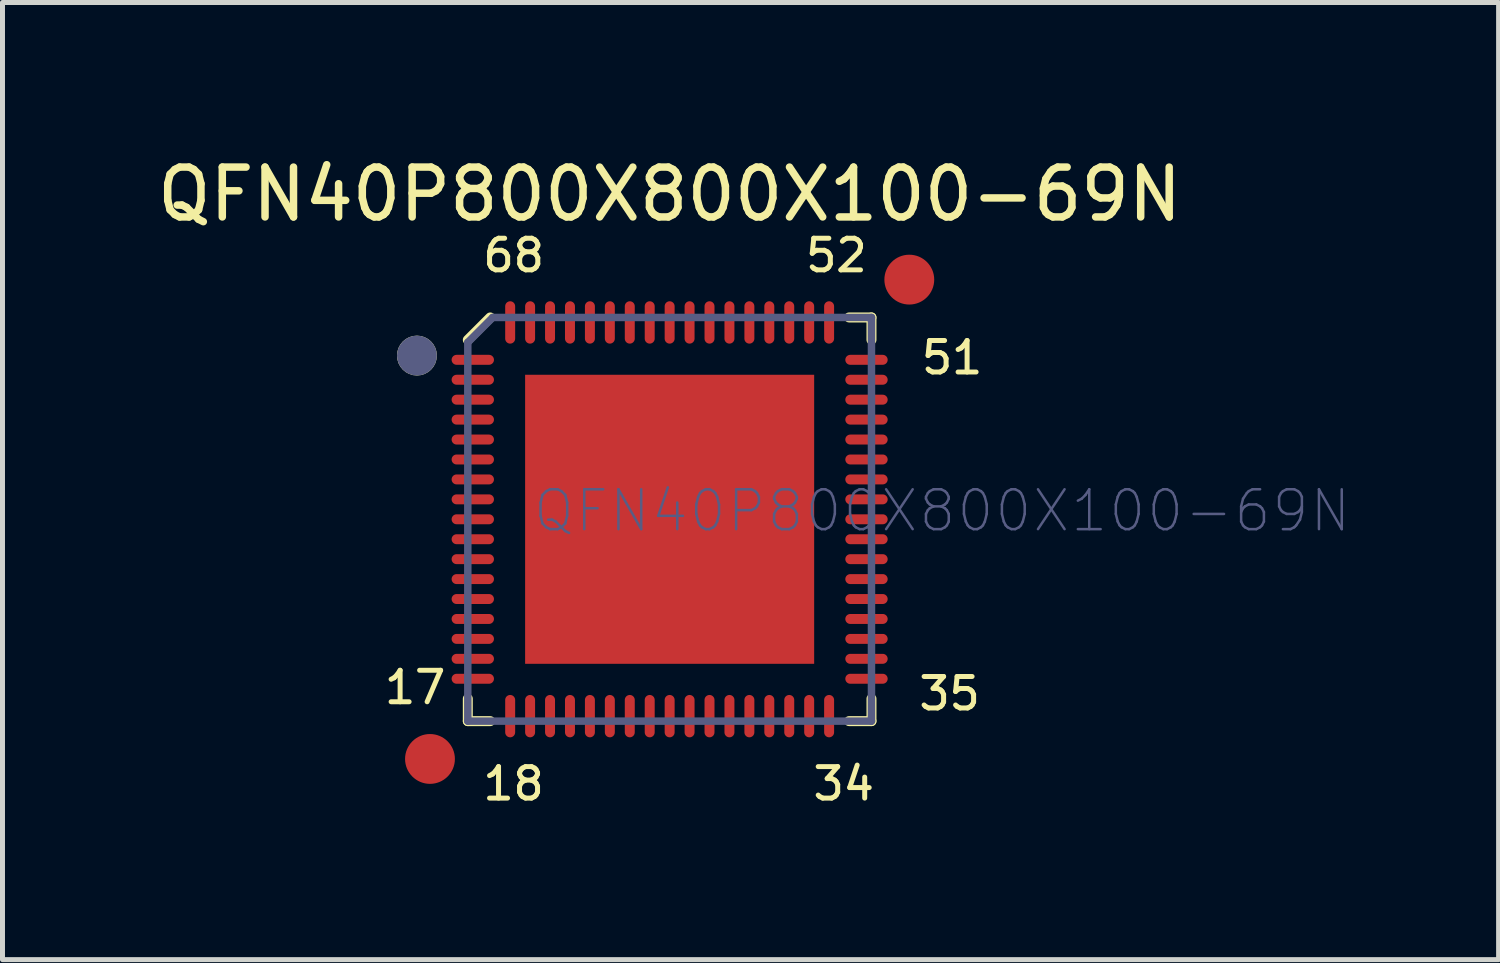
<source format=kicad_pcb>
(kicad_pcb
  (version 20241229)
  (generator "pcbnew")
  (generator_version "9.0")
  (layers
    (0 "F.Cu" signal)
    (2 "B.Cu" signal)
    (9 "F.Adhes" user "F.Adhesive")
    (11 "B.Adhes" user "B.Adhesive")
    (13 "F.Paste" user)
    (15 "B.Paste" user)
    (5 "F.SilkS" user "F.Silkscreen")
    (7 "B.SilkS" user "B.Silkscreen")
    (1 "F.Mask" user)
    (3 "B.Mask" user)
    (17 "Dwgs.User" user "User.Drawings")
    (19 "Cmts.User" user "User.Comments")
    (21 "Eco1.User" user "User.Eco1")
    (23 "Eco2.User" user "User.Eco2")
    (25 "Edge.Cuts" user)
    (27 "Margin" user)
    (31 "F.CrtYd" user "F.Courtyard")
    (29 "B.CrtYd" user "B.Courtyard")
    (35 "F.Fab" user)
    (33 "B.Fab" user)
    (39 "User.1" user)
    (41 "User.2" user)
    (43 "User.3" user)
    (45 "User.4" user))
  (footprint "QFN40P800X800X100-69N"
    (layer "F.Cu")
    (at 10.387 7.37)
    (property "Reference" "QFN40P800X800X100-69N" (at 0 -6.522 0) (layer "F.SilkS") (effects (font (size 1 1) (thickness 0.15))))
    (fp_line (start -4.05 -3.6) (end -3.6 -4.05) (stroke (width 0.2) (type solid)) (layer "F.SilkS"))
    (fp_line (start -4.05 4.05) (end -4.05 3.6) (stroke (width 0.2) (type solid)) (layer "F.SilkS"))
    (fp_line (start -4.05 4.05) (end -3.6 4.05) (stroke (width 0.2) (type solid)) (layer "F.SilkS"))
    (fp_line (start 3.6 -4.05) (end 4.05 -4.05) (stroke (width 0.2) (type solid)) (layer "F.SilkS"))
    (fp_line (start 3.6 4.05) (end 4.05 4.05) (stroke (width 0.2) (type solid)) (layer "F.SilkS"))
    (fp_line (start 4.05 -3.6) (end 4.05 -4.05) (stroke (width 0.2) (type solid)) (layer "F.SilkS"))
    (fp_line (start 4.05 4.05) (end 4.05 3.6) (stroke (width 0.2) (type solid)) (layer "F.SilkS"))
    (fp_circle (center -5.071 -3.285) (end -5.071 -3.485) (stroke (width 0.4) (type solid)) (fill no) (layer "F.SilkS"))
    (fp_poly (pts (xy -1.135 -1.135) (xy -2.405 -1.135) (xy -2.405 -2.405) (xy -1.135 -2.405)) (stroke (width 0) (type default)) (fill yes) (layer "F.Paste"))
    (fp_poly (pts (xy -1.135 0.635) (xy -2.405 0.635) (xy -2.405 -0.635) (xy -1.135 -0.635)) (stroke (width 0) (type default)) (fill yes) (layer "F.Paste"))
    (fp_poly (pts (xy -1.135 2.405) (xy -2.405 2.405) (xy -2.405 1.135) (xy -1.135 1.135)) (stroke (width 0) (type default)) (fill yes) (layer "F.Paste"))
    (fp_poly (pts (xy 0.635 -1.135) (xy -0.635 -1.135) (xy -0.635 -2.405) (xy 0.635 -2.405)) (stroke (width 0) (type default)) (fill yes) (layer "F.Paste"))
    (fp_poly (pts (xy 0.635 0.635) (xy -0.635 0.635) (xy -0.635 -0.635) (xy 0.635 -0.635)) (stroke (width 0) (type default)) (fill yes) (layer "F.Paste"))
    (fp_poly (pts (xy 0.635 2.405) (xy -0.635 2.405) (xy -0.635 1.135) (xy 0.635 1.135)) (stroke (width 0) (type default)) (fill yes) (layer "F.Paste"))
    (fp_poly (pts (xy 2.405 -1.135) (xy 1.135 -1.135) (xy 1.135 -2.405) (xy 2.405 -2.405)) (stroke (width 0) (type default)) (fill yes) (layer "F.Paste"))
    (fp_poly (pts (xy 2.405 0.635) (xy 1.135 0.635) (xy 1.135 -0.635) (xy 2.405 -0.635)) (stroke (width 0) (type default)) (fill yes) (layer "F.Paste"))
    (fp_poly (pts (xy 2.405 2.405) (xy 1.135 2.405) (xy 1.135 1.135) (xy 2.405 1.135)) (stroke (width 0) (type default)) (fill yes) (layer "F.Paste"))
    (fp_line (start -4.885 -4.885) (end 4.885 -4.885) (stroke (width 0.05) (type solid)) (layer "Eco2.User"))
    (fp_line (start -4.885 4.885) (end -4.885 -4.885) (stroke (width 0.05) (type solid)) (layer "Eco2.User"))
    (fp_line (start -4.885 4.885) (end 4.885 4.885) (stroke (width 0.05) (type solid)) (layer "Eco2.User"))
    (fp_line (start 4.885 4.885) (end 4.885 -4.885) (stroke (width 0.05) (type solid)) (layer "Eco2.User"))
    (fp_line (start -4.05 -3.55) (end -3.55 -4.05) (stroke (width 0.15) (type solid)) (layer "B.Fab"))
    (fp_line (start -4.05 4.05) (end -4.05 -3.55) (stroke (width 0.15) (type solid)) (layer "B.Fab"))
    (fp_line (start -4.05 4.05) (end 4.05 4.05) (stroke (width 0.15) (type solid)) (layer "B.Fab"))
    (fp_line (start -3.55 -4.05) (end 4.05 -4.05) (stroke (width 0.15) (type solid)) (layer "B.Fab"))
    (fp_line (start 4.05 4.05) (end 4.05 -4.05) (stroke (width 0.15) (type solid)) (layer "B.Fab"))
    (fp_circle (center -5.071 -3.285) (end -5.071 -3.485) (stroke (width 0.4) (type solid)) (fill no) (layer "B.Fab"))
    (fp_text user "52" (at 2.675 -4.922 0) (unlocked yes) (layer "F.SilkS") (effects (font (size 0.635 0.635) (thickness 0.1)) (justify left bottom)))
    (fp_text user "35" (at 4.95 3.869 0) (unlocked yes) (layer "F.SilkS") (effects (font (size 0.632 0.632) (thickness 0.1)) (justify left bottom)))
    (fp_text user "17" (at -5.775 3.744 0) (unlocked yes) (layer "F.SilkS") (effects (font (size 0.632 0.632) (thickness 0.1)) (justify left bottom)))
    (fp_text user "51" (at 5 -2.873 0) (unlocked yes) (layer "F.SilkS") (effects (font (size 0.632 0.632) (thickness 0.1)) (justify left bottom)))
    (fp_text user "34" (at 2.825 5.677 0) (unlocked yes) (layer "F.SilkS") (effects (font (size 0.632 0.632) (thickness 0.1)) (justify left bottom)))
    (fp_text user "68" (at -3.8 -4.922 0) (unlocked yes) (layer "F.SilkS") (effects (font (size 0.635 0.635) (thickness 0.1)) (justify left bottom)))
    (fp_text user "18" (at -3.8 5.677 0) (unlocked yes) (layer "F.SilkS") (effects (font (size 0.632 0.632) (thickness 0.1)) (justify left bottom)))
    (fp_text user "${REFERENCE}" (at -2.775 0.298 0) (unlocked yes) (layer "B.Fab") (effects (font (size 0.8 0.8) (thickness 0.05)) (justify left bottom)))
    (fp_text user "" (at -4.809 4.887 0) (unlocked yes) (layer "User.6") (effects (font (size 0.635 0.635) (thickness 0.041)) (justify left bottom)))
    (fp_text user "" (at 4.809 -4.732 0) (unlocked yes) (layer "User.6") (effects (font (size 0.635 0.635) (thickness 0.041)) (justify left bottom)))
    (pad "" smd circle (at -4.809 4.809) (size 1 1) (layers "F.Cu" "F.Mask" "F.Paste"))
    (pad "" smd circle (at 4.809 -4.809) (size 1 1) (layers "F.Cu" "F.Mask" "F.Paste"))
    (pad "1" smd oval (at -3.95 -3.2) (size 0.85 0.2) (layers "F.Cu" "F.Mask" "F.Paste"))
    (pad "2" smd oval (at -3.95 -2.8) (size 0.85 0.2) (layers "F.Cu" "F.Mask" "F.Paste"))
    (pad "3" smd oval (at -3.95 -2.4) (size 0.85 0.2) (layers "F.Cu" "F.Mask" "F.Paste"))
    (pad "4" smd oval (at -3.95 -2) (size 0.85 0.2) (layers "F.Cu" "F.Mask" "F.Paste"))
    (pad "5" smd oval (at -3.95 -1.6) (size 0.85 0.2) (layers "F.Cu" "F.Mask" "F.Paste"))
    (pad "6" smd oval (at -3.95 -1.2) (size 0.85 0.2) (layers "F.Cu" "F.Mask" "F.Paste"))
    (pad "7" smd oval (at -3.95 -0.8) (size 0.85 0.2) (layers "F.Cu" "F.Mask" "F.Paste"))
    (pad "8" smd oval (at -3.95 -0.4) (size 0.85 0.2) (layers "F.Cu" "F.Mask" "F.Paste"))
    (pad "9" smd oval (at -3.95 0) (size 0.85 0.2) (layers "F.Cu" "F.Mask" "F.Paste"))
    (pad "10" smd oval (at -3.95 0.4) (size 0.85 0.2) (layers "F.Cu" "F.Mask" "F.Paste"))
    (pad "11" smd oval (at -3.95 0.8) (size 0.85 0.2) (layers "F.Cu" "F.Mask" "F.Paste"))
    (pad "12" smd oval (at -3.95 1.2) (size 0.85 0.2) (layers "F.Cu" "F.Mask" "F.Paste"))
    (pad "13" smd oval (at -3.95 1.6) (size 0.85 0.2) (layers "F.Cu" "F.Mask" "F.Paste"))
    (pad "14" smd oval (at -3.95 2) (size 0.85 0.2) (layers "F.Cu" "F.Mask" "F.Paste"))
    (pad "15" smd oval (at -3.95 2.4) (size 0.85 0.2) (layers "F.Cu" "F.Mask" "F.Paste"))
    (pad "16" smd oval (at -3.95 2.8) (size 0.85 0.2) (layers "F.Cu" "F.Mask" "F.Paste"))
    (pad "17" smd oval (at -3.95 3.2) (size 0.85 0.2) (layers "F.Cu" "F.Mask" "F.Paste"))
    (pad "18" smd oval (at -3.2 3.95 90) (size 0.85 0.2) (layers "F.Cu" "F.Mask" "F.Paste"))
    (pad "19" smd oval (at -2.8 3.95 90) (size 0.85 0.2) (layers "F.Cu" "F.Mask" "F.Paste"))
    (pad "20" smd oval (at -2.4 3.95 90) (size 0.85 0.2) (layers "F.Cu" "F.Mask" "F.Paste"))
    (pad "21" smd oval (at -2 3.95 90) (size 0.85 0.2) (layers "F.Cu" "F.Mask" "F.Paste"))
    (pad "22" smd oval (at -1.6 3.95 90) (size 0.85 0.2) (layers "F.Cu" "F.Mask" "F.Paste"))
    (pad "23" smd oval (at -1.2 3.95 90) (size 0.85 0.2) (layers "F.Cu" "F.Mask" "F.Paste"))
    (pad "24" smd oval (at -0.8 3.95 90) (size 0.85 0.2) (layers "F.Cu" "F.Mask" "F.Paste"))
    (pad "25" smd oval (at -0.4 3.95 90) (size 0.85 0.2) (layers "F.Cu" "F.Mask" "F.Paste"))
    (pad "26" smd oval (at 0 3.95 90) (size 0.85 0.2) (layers "F.Cu" "F.Mask" "F.Paste"))
    (pad "27" smd oval (at 0.4 3.95 90) (size 0.85 0.2) (layers "F.Cu" "F.Mask" "F.Paste"))
    (pad "28" smd oval (at 0.8 3.95 90) (size 0.85 0.2) (layers "F.Cu" "F.Mask" "F.Paste"))
    (pad "29" smd oval (at 1.2 3.95 90) (size 0.85 0.2) (layers "F.Cu" "F.Mask" "F.Paste"))
    (pad "30" smd oval (at 1.6 3.95 90) (size 0.85 0.2) (layers "F.Cu" "F.Mask" "F.Paste"))
    (pad "31" smd oval (at 2 3.95 90) (size 0.85 0.2) (layers "F.Cu" "F.Mask" "F.Paste"))
    (pad "32" smd oval (at 2.4 3.95 90) (size 0.85 0.2) (layers "F.Cu" "F.Mask" "F.Paste"))
    (pad "33" smd oval (at 2.8 3.95 90) (size 0.85 0.2) (layers "F.Cu" "F.Mask" "F.Paste"))
    (pad "34" smd oval (at 3.2 3.95 90) (size 0.85 0.2) (layers "F.Cu" "F.Mask" "F.Paste"))
    (pad "35" smd oval (at 3.95 3.2) (size 0.85 0.2) (layers "F.Cu" "F.Mask" "F.Paste"))
    (pad "36" smd oval (at 3.95 2.8) (size 0.85 0.2) (layers "F.Cu" "F.Mask" "F.Paste"))
    (pad "37" smd oval (at 3.95 2.4) (size 0.85 0.2) (layers "F.Cu" "F.Mask" "F.Paste"))
    (pad "38" smd oval (at 3.95 2) (size 0.85 0.2) (layers "F.Cu" "F.Mask" "F.Paste"))
    (pad "39" smd oval (at 3.95 1.6) (size 0.85 0.2) (layers "F.Cu" "F.Mask" "F.Paste"))
    (pad "40" smd oval (at 3.95 1.2) (size 0.85 0.2) (layers "F.Cu" "F.Mask" "F.Paste"))
    (pad "41" smd oval (at 3.95 0.8) (size 0.85 0.2) (layers "F.Cu" "F.Mask" "F.Paste"))
    (pad "42" smd oval (at 3.95 0.4) (size 0.85 0.2) (layers "F.Cu" "F.Mask" "F.Paste"))
    (pad "43" smd oval (at 3.95 0) (size 0.85 0.2) (layers "F.Cu" "F.Mask" "F.Paste"))
    (pad "44" smd oval (at 3.95 -0.4) (size 0.85 0.2) (layers "F.Cu" "F.Mask" "F.Paste"))
    (pad "45" smd oval (at 3.95 -0.8) (size 0.85 0.2) (layers "F.Cu" "F.Mask" "F.Paste"))
    (pad "46" smd oval (at 3.95 -1.2) (size 0.85 0.2) (layers "F.Cu" "F.Mask" "F.Paste"))
    (pad "47" smd oval (at 3.95 -1.6) (size 0.85 0.2) (layers "F.Cu" "F.Mask" "F.Paste"))
    (pad "48" smd oval (at 3.95 -2) (size 0.85 0.2) (layers "F.Cu" "F.Mask" "F.Paste"))
    (pad "49" smd oval (at 3.95 -2.4) (size 0.85 0.2) (layers "F.Cu" "F.Mask" "F.Paste"))
    (pad "50" smd oval (at 3.95 -2.8) (size 0.85 0.2) (layers "F.Cu" "F.Mask" "F.Paste"))
    (pad "51" smd oval (at 3.95 -3.2) (size 0.85 0.2) (layers "F.Cu" "F.Mask" "F.Paste"))
    (pad "52" smd oval (at 3.2 -3.95 90) (size 0.85 0.2) (layers "F.Cu" "F.Mask" "F.Paste"))
    (pad "53" smd oval (at 2.8 -3.95 90) (size 0.85 0.2) (layers "F.Cu" "F.Mask" "F.Paste"))
    (pad "54" smd oval (at 2.4 -3.95 90) (size 0.85 0.2) (layers "F.Cu" "F.Mask" "F.Paste"))
    (pad "55" smd oval (at 2 -3.95 90) (size 0.85 0.2) (layers "F.Cu" "F.Mask" "F.Paste"))
    (pad "56" smd oval (at 1.6 -3.95 90) (size 0.85 0.2) (layers "F.Cu" "F.Mask" "F.Paste"))
    (pad "57" smd oval (at 1.2 -3.95 90) (size 0.85 0.2) (layers "F.Cu" "F.Mask" "F.Paste"))
    (pad "58" smd oval (at 0.8 -3.95 90) (size 0.85 0.2) (layers "F.Cu" "F.Mask" "F.Paste"))
    (pad "59" smd oval (at 0.4 -3.95 90) (size 0.85 0.2) (layers "F.Cu" "F.Mask" "F.Paste"))
    (pad "60" smd oval (at 0 -3.95 90) (size 0.85 0.2) (layers "F.Cu" "F.Mask" "F.Paste"))
    (pad "61" smd oval (at -0.4 -3.95 90) (size 0.85 0.2) (layers "F.Cu" "F.Mask" "F.Paste"))
    (pad "62" smd oval (at -0.8 -3.95 90) (size 0.85 0.2) (layers "F.Cu" "F.Mask" "F.Paste"))
    (pad "63" smd oval (at -1.2 -3.95 90) (size 0.85 0.2) (layers "F.Cu" "F.Mask" "F.Paste"))
    (pad "64" smd oval (at -1.6 -3.95 90) (size 0.85 0.2) (layers "F.Cu" "F.Mask" "F.Paste"))
    (pad "65" smd oval (at -2 -3.95 90) (size 0.85 0.2) (layers "F.Cu" "F.Mask" "F.Paste"))
    (pad "66" smd oval (at -2.4 -3.95 90) (size 0.85 0.2) (layers "F.Cu" "F.Mask" "F.Paste"))
    (pad "67" smd oval (at -2.8 -3.95 90) (size 0.85 0.2) (layers "F.Cu" "F.Mask" "F.Paste"))
    (pad "68" smd oval (at -3.2 -3.95 90) (size 0.85 0.2) (layers "F.Cu" "F.Mask" "F.Paste"))
    (pad "69" smd rect (at 0 0 90) (size 5.8 5.8) (layers "F.Cu" "F.Mask" "F.Paste"))
    (zone (net_name "") (layer "F.Cu") (hatch edge 0.5) (connect_pads) (min_thickness 0.25) (filled_areas_thickness no) (keepout (tracks not_allowed) (vias not_allowed) (pads not_allowed) (copperpour not_allowed) (footprints allowed)) (placement (enabled no)) (fill) (polygon (pts (xy 5.775 11.187) (xy 5.965 11.244) (xy 6.14 11.338) (xy 6.293 11.464) (xy 6.419 11.617) (xy 6.513 11.792) (xy 6.571 11.982) (xy 6.59 12.18) (xy 6.571 12.378) (xy 6.513 12.567) (xy 6.419 12.743) (xy 6.293 12.896) (xy 6.14 13.022) (xy 5.965 13.116) (xy 5.775 13.173) (xy 5.577 13.193) (xy 5.38 13.173) (xy 5.19 13.116) (xy 5.015 13.022) (xy 4.861 12.896) (xy 4.735 12.743) (xy 4.642 12.567) (xy 4.584 12.378) (xy 4.565 12.18) (xy 4.585 12.18) (xy 4.604 12.373) (xy 4.661 12.56) (xy 4.753 12.731) (xy 4.876 12.881) (xy 5.026 13.005) (xy 5.198 13.097) (xy 5.384 13.153) (xy 5.577 13.172) (xy 5.771 13.153) (xy 5.957 13.097) (xy 6.129 13.005) (xy 6.279 12.881) (xy 6.402 12.731) (xy 6.494 12.56) (xy 6.55 12.373) (xy 6.569 12.18) (xy 6.55 11.986) (xy 6.494 11.8) (xy 6.402 11.629) (xy 6.279 11.478) (xy 6.129 11.355) (xy 5.957 11.263) (xy 5.771 11.207) (xy 5.577 11.188) (xy 5.384 11.207) (xy 5.198 11.263) (xy 5.026 11.355) (xy 4.876 11.478) (xy 4.753 11.629) (xy 4.661 11.8) (xy 4.604 11.986) (xy 4.585 12.18) (xy 4.565 12.18) (xy 4.584 11.982) (xy 4.642 11.792) (xy 4.735 11.617) (xy 4.861 11.464) (xy 5.015 11.338) (xy 5.19 11.244) (xy 5.38 11.187) (xy 5.577 11.167))))
    (zone (net_name "") (layer "F.Cu") (hatch edge 0.5) (connect_pads) (min_thickness 0.25) (filled_areas_thickness no) (keepout (tracks not_allowed) (vias not_allowed) (pads not_allowed) (copperpour not_allowed) (footprints allowed)) (placement (enabled no)) (fill) (polygon (pts (xy 5.775 11.187) (xy 5.965 11.244) (xy 6.14 11.338) (xy 6.293 11.464) (xy 6.419 11.617) (xy 6.513 11.792) (xy 6.571 11.982) (xy 6.59 12.18) (xy 6.571 12.378) (xy 6.513 12.567) (xy 6.419 12.743) (xy 6.293 12.896) (xy 6.14 13.022) (xy 5.965 13.116) (xy 5.775 13.173) (xy 5.577 13.193) (xy 5.38 13.173) (xy 5.19 13.116) (xy 5.015 13.022) (xy 4.861 12.896) (xy 4.735 12.743) (xy 4.642 12.567) (xy 4.584 12.378) (xy 4.565 12.18) (xy 4.585 12.18) (xy 4.604 12.373) (xy 4.661 12.56) (xy 4.753 12.731) (xy 4.876 12.881) (xy 5.026 13.005) (xy 5.198 13.097) (xy 5.384 13.153) (xy 5.577 13.172) (xy 5.771 13.153) (xy 5.957 13.097) (xy 6.129 13.005) (xy 6.279 12.881) (xy 6.402 12.731) (xy 6.494 12.56) (xy 6.55 12.373) (xy 6.569 12.18) (xy 6.55 11.986) (xy 6.494 11.8) (xy 6.402 11.629) (xy 6.279 11.478) (xy 6.129 11.355) (xy 5.957 11.263) (xy 5.771 11.207) (xy 5.577 11.188) (xy 5.384 11.207) (xy 5.198 11.263) (xy 5.026 11.355) (xy 4.876 11.478) (xy 4.753 11.629) (xy 4.661 11.8) (xy 4.604 11.986) (xy 4.585 12.18) (xy 4.565 12.18) (xy 4.584 11.982) (xy 4.642 11.792) (xy 4.735 11.617) (xy 4.861 11.464) (xy 5.015 11.338) (xy 5.19 11.244) (xy 5.38 11.187) (xy 5.577 11.167))))
    (zone (net_name "") (layer "F.Cu") (hatch edge 0.5) (connect_pads) (min_thickness 0.25) (filled_areas_thickness no) (keepout (tracks not_allowed) (vias not_allowed) (pads not_allowed) (copperpour not_allowed) (footprints allowed)) (placement (enabled no)) (fill) (polygon (pts (xy 15.394 1.568) (xy 15.584 1.625) (xy 15.759 1.719) (xy 15.912 1.845) (xy 16.038 1.998) (xy 16.132 2.173) (xy 16.19 2.363) (xy 16.209 2.561) (xy 16.19 2.759) (xy 16.132 2.948) (xy 16.038 3.124) (xy 15.912 3.277) (xy 15.759 3.403) (xy 15.584 3.497) (xy 15.394 3.554) (xy 15.196 3.574) (xy 14.999 3.554) (xy 14.809 3.497) (xy 14.634 3.403) (xy 14.48 3.277) (xy 14.354 3.124) (xy 14.261 2.948) (xy 14.203 2.759) (xy 14.184 2.561) (xy 14.204 2.561) (xy 14.223 2.754) (xy 14.28 2.941) (xy 14.372 3.112) (xy 14.495 3.262) (xy 14.645 3.386) (xy 14.817 3.478) (xy 15.003 3.534) (xy 15.196 3.553) (xy 15.39 3.534) (xy 15.576 3.478) (xy 15.748 3.386) (xy 15.898 3.262) (xy 16.021 3.112) (xy 16.113 2.941) (xy 16.169 2.754) (xy 16.188 2.561) (xy 16.169 2.367) (xy 16.113 2.181) (xy 16.021 2.01) (xy 15.898 1.859) (xy 15.748 1.736) (xy 15.576 1.644) (xy 15.39 1.588) (xy 15.196 1.569) (xy 15.003 1.588) (xy 14.817 1.644) (xy 14.645 1.736) (xy 14.495 1.859) (xy 14.372 2.01) (xy 14.28 2.181) (xy 14.223 2.367) (xy 14.204 2.561) (xy 14.184 2.561) (xy 14.203 2.363) (xy 14.261 2.173) (xy 14.354 1.998) (xy 14.48 1.845) (xy 14.634 1.719) (xy 14.809 1.625) (xy 14.999 1.568) (xy 15.196 1.548))))
    (zone (net_name "") (layer "F.Cu") (hatch edge 0.5) (connect_pads) (min_thickness 0.25) (filled_areas_thickness no) (keepout (tracks not_allowed) (vias not_allowed) (pads not_allowed) (copperpour not_allowed) (footprints allowed)) (placement (enabled no)) (fill) (polygon (pts (xy 15.394 1.568) (xy 15.584 1.625) (xy 15.759 1.719) (xy 15.912 1.845) (xy 16.038 1.998) (xy 16.132 2.173) (xy 16.19 2.363) (xy 16.209 2.561) (xy 16.19 2.759) (xy 16.132 2.948) (xy 16.038 3.124) (xy 15.912 3.277) (xy 15.759 3.403) (xy 15.584 3.497) (xy 15.394 3.554) (xy 15.196 3.574) (xy 14.999 3.554) (xy 14.809 3.497) (xy 14.634 3.403) (xy 14.48 3.277) (xy 14.354 3.124) (xy 14.261 2.948) (xy 14.203 2.759) (xy 14.184 2.561) (xy 14.204 2.561) (xy 14.223 2.754) (xy 14.28 2.941) (xy 14.372 3.112) (xy 14.495 3.262) (xy 14.645 3.386) (xy 14.817 3.478) (xy 15.003 3.534) (xy 15.196 3.553) (xy 15.39 3.534) (xy 15.576 3.478) (xy 15.748 3.386) (xy 15.898 3.262) (xy 16.021 3.112) (xy 16.113 2.941) (xy 16.169 2.754) (xy 16.188 2.561) (xy 16.169 2.367) (xy 16.113 2.181) (xy 16.021 2.01) (xy 15.898 1.859) (xy 15.748 1.736) (xy 15.576 1.644) (xy 15.39 1.588) (xy 15.196 1.569) (xy 15.003 1.588) (xy 14.817 1.644) (xy 14.645 1.736) (xy 14.495 1.859) (xy 14.372 2.01) (xy 14.28 2.181) (xy 14.223 2.367) (xy 14.204 2.561) (xy 14.184 2.561) (xy 14.203 2.363) (xy 14.261 2.173) (xy 14.354 1.998) (xy 14.48 1.845) (xy 14.634 1.719) (xy 14.809 1.625) (xy 14.999 1.568) (xy 15.196 1.548)))))
  (gr_rect
    (start -3 -3)
    (end 27.021 16.206)
    (stroke (width 0.1) (type default))
    (fill no)
    (layer "Edge.Cuts")))
</source>
